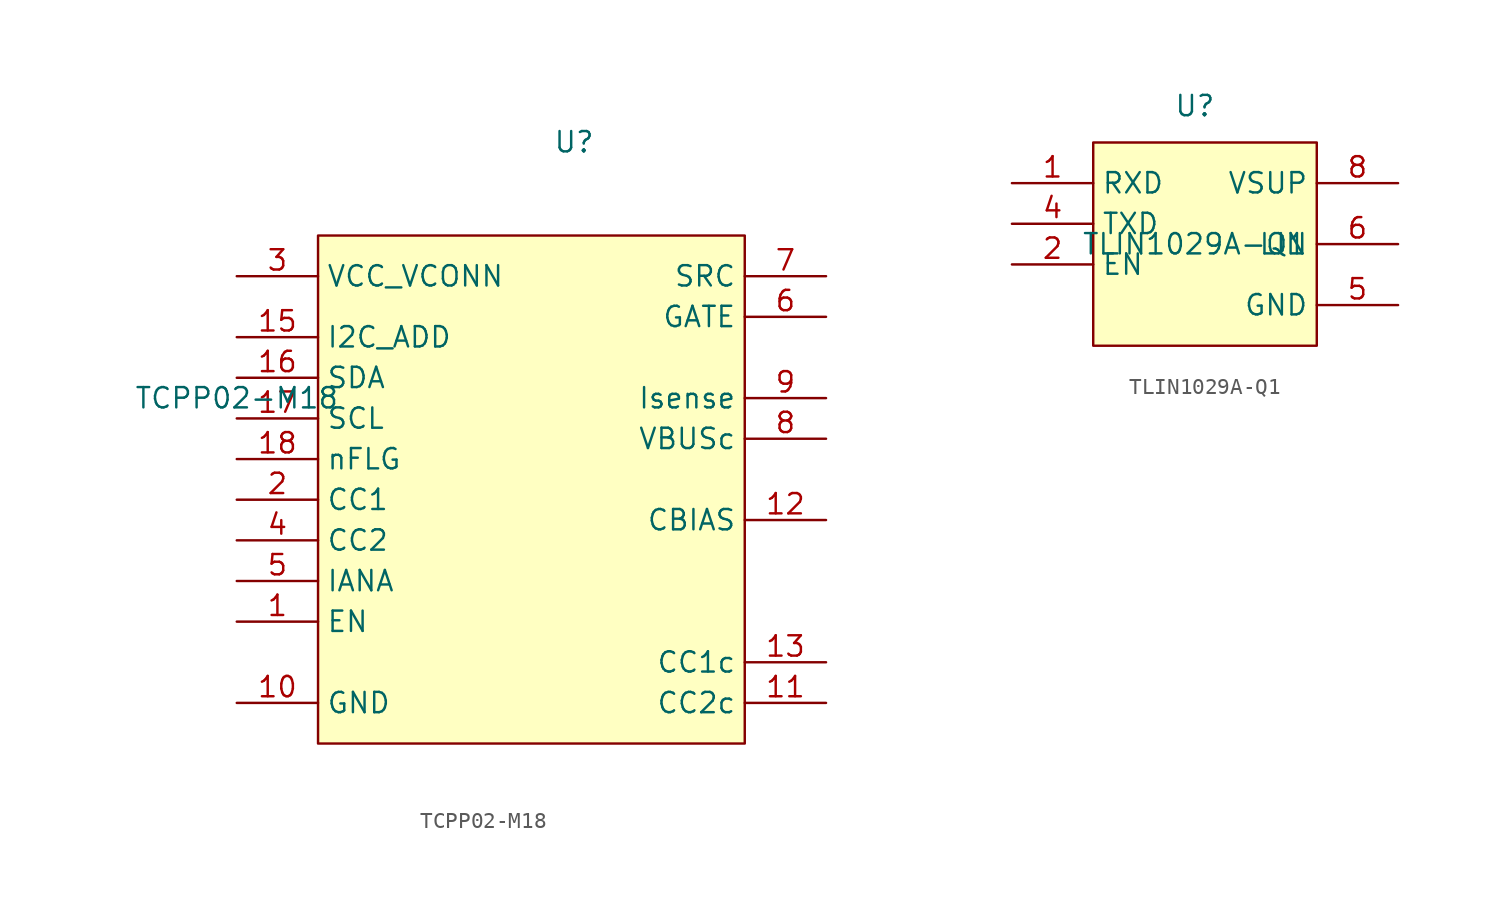
<source format=kicad_sym>
(kicad_symbol_lib
  (version 20231120)
  (generator "kicad_symbol_editor")
  (generator_version "8.0")
  (symbol "TCPP02-M18"
    (property "Reference" "U"
      (at 21.082 8.382 0)
      (effects (font (size 1.27 1.27))))
    (property "Value" "TCPP02-M18"
      (at 0 -7.62 0)
      (effects (font (size 1.27 1.27))))
    (symbol "TCPP02-M18_1_1"
      (rectangle (start 5.08 2.54) (end 31.75 -29.21) (stroke (width 0) (type default)) (fill (type background)))
      (pin input line (at 0 -21.59 0) (length 5.08) (name "EN" (effects (font (size 1.27 1.27)))) (number "1" (effects (font (size 1.27 1.27)))))
      (pin power_in line (at 0 -26.67 0) (length 5.08) (name "GND" (effects (font (size 1.27 1.27)))) (number "10" (effects (font (size 1.27 1.27)))))
      (pin bidirectional line (at 36.83 -26.67 180) (length 5.08) (name "CC2c" (effects (font (size 1.27 1.27)))) (number "11" (effects (font (size 1.27 1.27)))))
      (pin output line (at 36.83 -15.24 180) (length 5.08) (name "CBIAS" (effects (font (size 1.27 1.27)))) (number "12" (effects (font (size 1.27 1.27)))))
      (pin bidirectional line (at 36.83 -24.13 180) (length 5.08) (name "CC1c" (effects (font (size 1.27 1.27)))) (number "13" (effects (font (size 1.27 1.27)))))
      (pin power_in line (at 0 -26.67 0) (length 5.08) hide (name "GND" (effects (font (size 1.27 1.27)))) (number "14" (effects (font (size 1.27 1.27)))))
      (pin input line (at 0 -3.81 0) (length 5.08) (name "I2C_ADD" (effects (font (size 1.27 1.27)))) (number "15" (effects (font (size 1.27 1.27)))))
      (pin bidirectional line (at 0 -6.35 0) (length 5.08) (name "SDA" (effects (font (size 1.27 1.27)))) (number "16" (effects (font (size 1.27 1.27)))))
      (pin bidirectional line (at 0 -8.89 0) (length 5.08) (name "SCL" (effects (font (size 1.27 1.27)))) (number "17" (effects (font (size 1.27 1.27)))))
      (pin output line (at 0 -11.43 0) (length 5.08) (name "nFLG" (effects (font (size 1.27 1.27)))) (number "18" (effects (font (size 1.27 1.27)))))
      (pin power_in line (at 0 -26.67 0) (length 5.08) hide (name "GND" (effects (font (size 1.27 1.27)))) (number "19" (effects (font (size 1.27 1.27)))))
      (pin bidirectional line (at 0 -13.97 0) (length 5.08) (name "CC1" (effects (font (size 1.27 1.27)))) (number "2" (effects (font (size 1.27 1.27)))))
      (pin power_in line (at 0 0 0) (length 5.08) (name "VCC_VCONN" (effects (font (size 1.27 1.27)))) (number "3" (effects (font (size 1.27 1.27)))))
      (pin bidirectional line (at 0 -16.51 0) (length 5.08) (name "CC2" (effects (font (size 1.27 1.27)))) (number "4" (effects (font (size 1.27 1.27)))))
      (pin output line (at 0 -19.05 0) (length 5.08) (name "IANA" (effects (font (size 1.27 1.27)))) (number "5" (effects (font (size 1.27 1.27)))))
      (pin output line (at 36.83 -2.54 180) (length 5.08) (name "GATE" (effects (font (size 1.27 1.27)))) (number "6" (effects (font (size 1.27 1.27)))))
      (pin input line (at 36.83 0 180) (length 5.08) (name "SRC" (effects (font (size 1.27 1.27)))) (number "7" (effects (font (size 1.27 1.27)))))
      (pin input line (at 36.83 -10.16 180) (length 5.08) (name "VBUSc" (effects (font (size 1.27 1.27)))) (number "8" (effects (font (size 1.27 1.27)))))
      (pin input line (at 36.83 -7.62 180) (length 5.08) (name "Isense" (effects (font (size 1.27 1.27)))) (number "9" (effects (font (size 1.27 1.27)))))))
  (symbol "TLIN1029A-Q1"
    (property "Reference" "U"
      (at 11.43 4.826 0)
      (effects (font (size 1.27 1.27))))
    (property "Value" "TLIN1029A-Q1"
      (at 11.43 -3.81 0)
      (effects (font (size 1.27 1.27))))
    (symbol "TLIN1029A-Q1_1_1"
      (rectangle (start 5.08 2.54) (end 19.05 -10.16) (stroke (width 0) (type default)) (fill (type background)))
      (pin output line (at 0 0 0) (length 5.08) (name "RXD" (effects (font (size 1.27 1.27)))) (number "1" (effects (font (size 1.27 1.27)))))
      (pin input line (at 0 -5.08 0) (length 5.08) (name "EN" (effects (font (size 1.27 1.27)))) (number "2" (effects (font (size 1.27 1.27)))))
      (pin no_connect line (at 0 -7.62 0) (length 5.08) hide (name "NC" (effects (font (size 1.27 1.27)))) (number "3" (effects (font (size 1.27 1.27)))))
      (pin input line (at 0 -2.54 0) (length 5.08) (name "TXD" (effects (font (size 1.27 1.27)))) (number "4" (effects (font (size 1.27 1.27)))))
      (pin power_in line (at 24.13 -7.62 180) (length 5.08) (name "GND" (effects (font (size 1.27 1.27)))) (number "5" (effects (font (size 1.27 1.27)))))
      (pin bidirectional line (at 24.13 -3.81 180) (length 5.08) (name "LIN" (effects (font (size 1.27 1.27)))) (number "6" (effects (font (size 1.27 1.27)))))
      (pin no_connect line (at 0 -7.62 0) (length 5.08) hide (name "NC" (effects (font (size 1.27 1.27)))) (number "8" (effects (font (size 1.27 1.27)))))
      (pin power_in line (at 24.13 0 180) (length 5.08) (name "VSUP" (effects (font (size 1.27 1.27)))) (number "8" (effects (font (size 1.27 1.27))))))))
</source>
